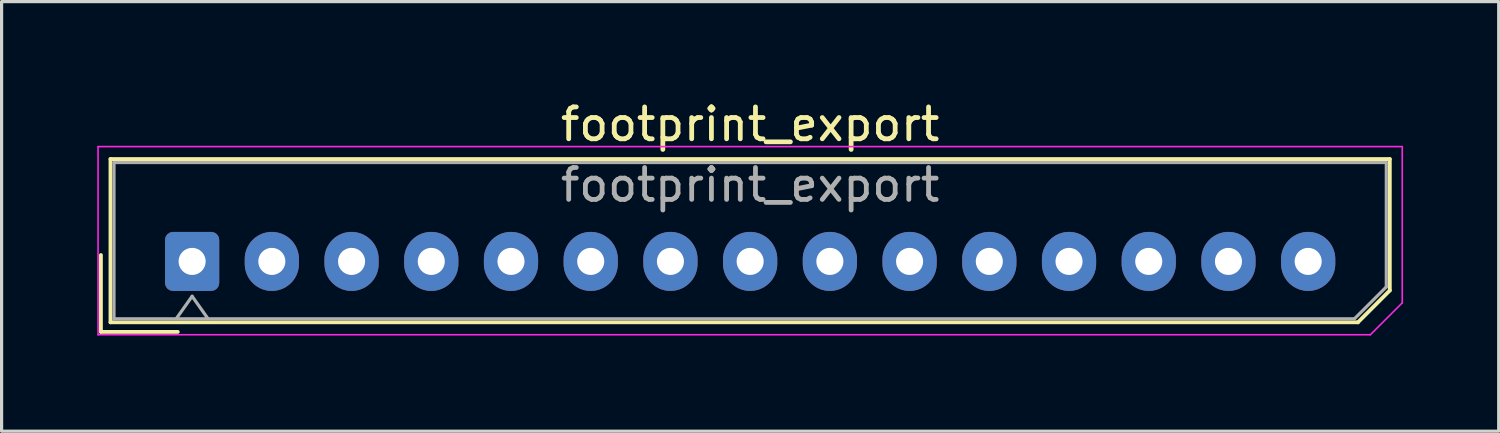
<source format=kicad_pcb>
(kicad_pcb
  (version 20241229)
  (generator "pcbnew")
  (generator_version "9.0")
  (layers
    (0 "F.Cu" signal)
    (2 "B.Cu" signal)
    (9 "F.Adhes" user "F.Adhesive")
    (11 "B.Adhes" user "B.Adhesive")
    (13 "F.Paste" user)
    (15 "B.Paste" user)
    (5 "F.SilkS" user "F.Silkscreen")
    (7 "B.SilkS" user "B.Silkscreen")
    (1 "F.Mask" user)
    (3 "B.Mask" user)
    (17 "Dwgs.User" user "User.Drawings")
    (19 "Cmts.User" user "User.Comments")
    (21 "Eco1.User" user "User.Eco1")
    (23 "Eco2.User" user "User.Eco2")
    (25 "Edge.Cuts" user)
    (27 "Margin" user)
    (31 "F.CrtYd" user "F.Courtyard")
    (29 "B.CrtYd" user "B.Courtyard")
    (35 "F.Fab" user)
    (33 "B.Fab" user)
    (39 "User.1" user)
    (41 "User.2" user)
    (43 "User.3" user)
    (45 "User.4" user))
  (footprint "footprint_export"
    (layer "F.Cu")
    (at 2.975 5.148)
    (property "Reference" "footprint_export" (at 17.5 -4.3 0) (layer "F.SilkS") (effects (font (size 1 1) (thickness 0.15))))
    (attr through_hole)
    (fp_line (start -2.86 -0.2) (end -2.86 2.21) (stroke (width 0.12) (type solid)) (layer "F.SilkS"))
    (fp_line (start -2.86 2.21) (end -0.45 2.21) (stroke (width 0.12) (type solid)) (layer "F.SilkS"))
    (fp_line (start -2.56 -3.21) (end -2.56 1.91) (stroke (width 0.12) (type solid)) (layer "F.SilkS"))
    (fp_line (start -2.56 1.91) (end 36.56 1.91) (stroke (width 0.12) (type solid)) (layer "F.SilkS"))
    (fp_line (start 36.56 1.91) (end 37.56 0.91) (stroke (width 0.12) (type solid)) (layer "F.SilkS"))
    (fp_line (start 37.56 -3.21) (end -2.56 -3.21) (stroke (width 0.12) (type solid)) (layer "F.SilkS"))
    (fp_line (start 37.56 0.91) (end 37.56 -3.21) (stroke (width 0.12) (type solid)) (layer "F.SilkS"))
    (fp_line (start -2.95 -3.6) (end -2.95 2.3) (stroke (width 0.05) (type solid)) (layer "F.CrtYd"))
    (fp_line (start -2.95 2.3) (end 36.95 2.3) (stroke (width 0.05) (type solid)) (layer "F.CrtYd"))
    (fp_line (start 36.95 2.3) (end 37.95 1.3) (stroke (width 0.05) (type solid)) (layer "F.CrtYd"))
    (fp_line (start 37.95 -3.6) (end -2.95 -3.6) (stroke (width 0.05) (type solid)) (layer "F.CrtYd"))
    (fp_line (start 37.95 1.3) (end 37.95 -3.6) (stroke (width 0.05) (type solid)) (layer "F.CrtYd"))
    (fp_line (start -2.45 -3.1) (end -2.45 1.8) (stroke (width 0.1) (type solid)) (layer "F.Fab"))
    (fp_line (start -2.45 1.8) (end 36.45 1.8) (stroke (width 0.1) (type solid)) (layer "F.Fab"))
    (fp_line (start -0.5 1.8) (end 0 1.093) (stroke (width 0.1) (type solid)) (layer "F.Fab"))
    (fp_line (start 0 1.093) (end 0.5 1.8) (stroke (width 0.1) (type solid)) (layer "F.Fab"))
    (fp_line (start 36.45 1.8) (end 37.45 0.8) (stroke (width 0.1) (type solid)) (layer "F.Fab"))
    (fp_line (start 37.45 -3.1) (end -2.45 -3.1) (stroke (width 0.1) (type solid)) (layer "F.Fab"))
    (fp_line (start 37.45 0.8) (end 37.45 -3.1) (stroke (width 0.1) (type solid)) (layer "F.Fab"))
    (fp_text user "${REFERENCE}" (at 17.5 -2.4 0) (layer "F.Fab") (effects (font (size 1 1) (thickness 0.15))))
    (pad "1" thru_hole roundrect (at 0 0) (size 1.7 1.85) (drill 0.85) (layers "*.Cu" "*.Mask") (roundrect_rratio 0.147))
    (pad "2" thru_hole oval (at 2.5 0) (size 1.7 1.85) (drill 0.85) (layers "*.Cu" "*.Mask"))
    (pad "3" thru_hole oval (at 5 0) (size 1.7 1.85) (drill 0.85) (layers "*.Cu" "*.Mask"))
    (pad "4" thru_hole oval (at 7.5 0) (size 1.7 1.85) (drill 0.85) (layers "*.Cu" "*.Mask"))
    (pad "5" thru_hole oval (at 10 0) (size 1.7 1.85) (drill 0.85) (layers "*.Cu" "*.Mask"))
    (pad "6" thru_hole oval (at 12.5 0) (size 1.7 1.85) (drill 0.85) (layers "*.Cu" "*.Mask"))
    (pad "7" thru_hole oval (at 15 0) (size 1.7 1.85) (drill 0.85) (layers "*.Cu" "*.Mask"))
    (pad "8" thru_hole oval (at 17.5 0) (size 1.7 1.85) (drill 0.85) (layers "*.Cu" "*.Mask"))
    (pad "9" thru_hole oval (at 20 0) (size 1.7 1.85) (drill 0.85) (layers "*.Cu" "*.Mask"))
    (pad "10" thru_hole oval (at 22.5 0) (size 1.7 1.85) (drill 0.85) (layers "*.Cu" "*.Mask"))
    (pad "11" thru_hole oval (at 25 0) (size 1.7 1.85) (drill 0.85) (layers "*.Cu" "*.Mask"))
    (pad "12" thru_hole oval (at 27.5 0) (size 1.7 1.85) (drill 0.85) (layers "*.Cu" "*.Mask"))
    (pad "13" thru_hole oval (at 30 0) (size 1.7 1.85) (drill 0.85) (layers "*.Cu" "*.Mask"))
    (pad "14" thru_hole oval (at 32.5 0) (size 1.7 1.85) (drill 0.85) (layers "*.Cu" "*.Mask"))
    (pad "15" thru_hole oval (at 35 0) (size 1.7 1.85) (drill 0.85) (layers "*.Cu" "*.Mask")))
  (gr_rect
    (start -3 -3)
    (end 43.95 10.473)
    (stroke (width 0.1) (type default))
    (fill no)
    (layer "Edge.Cuts")))
</source>
